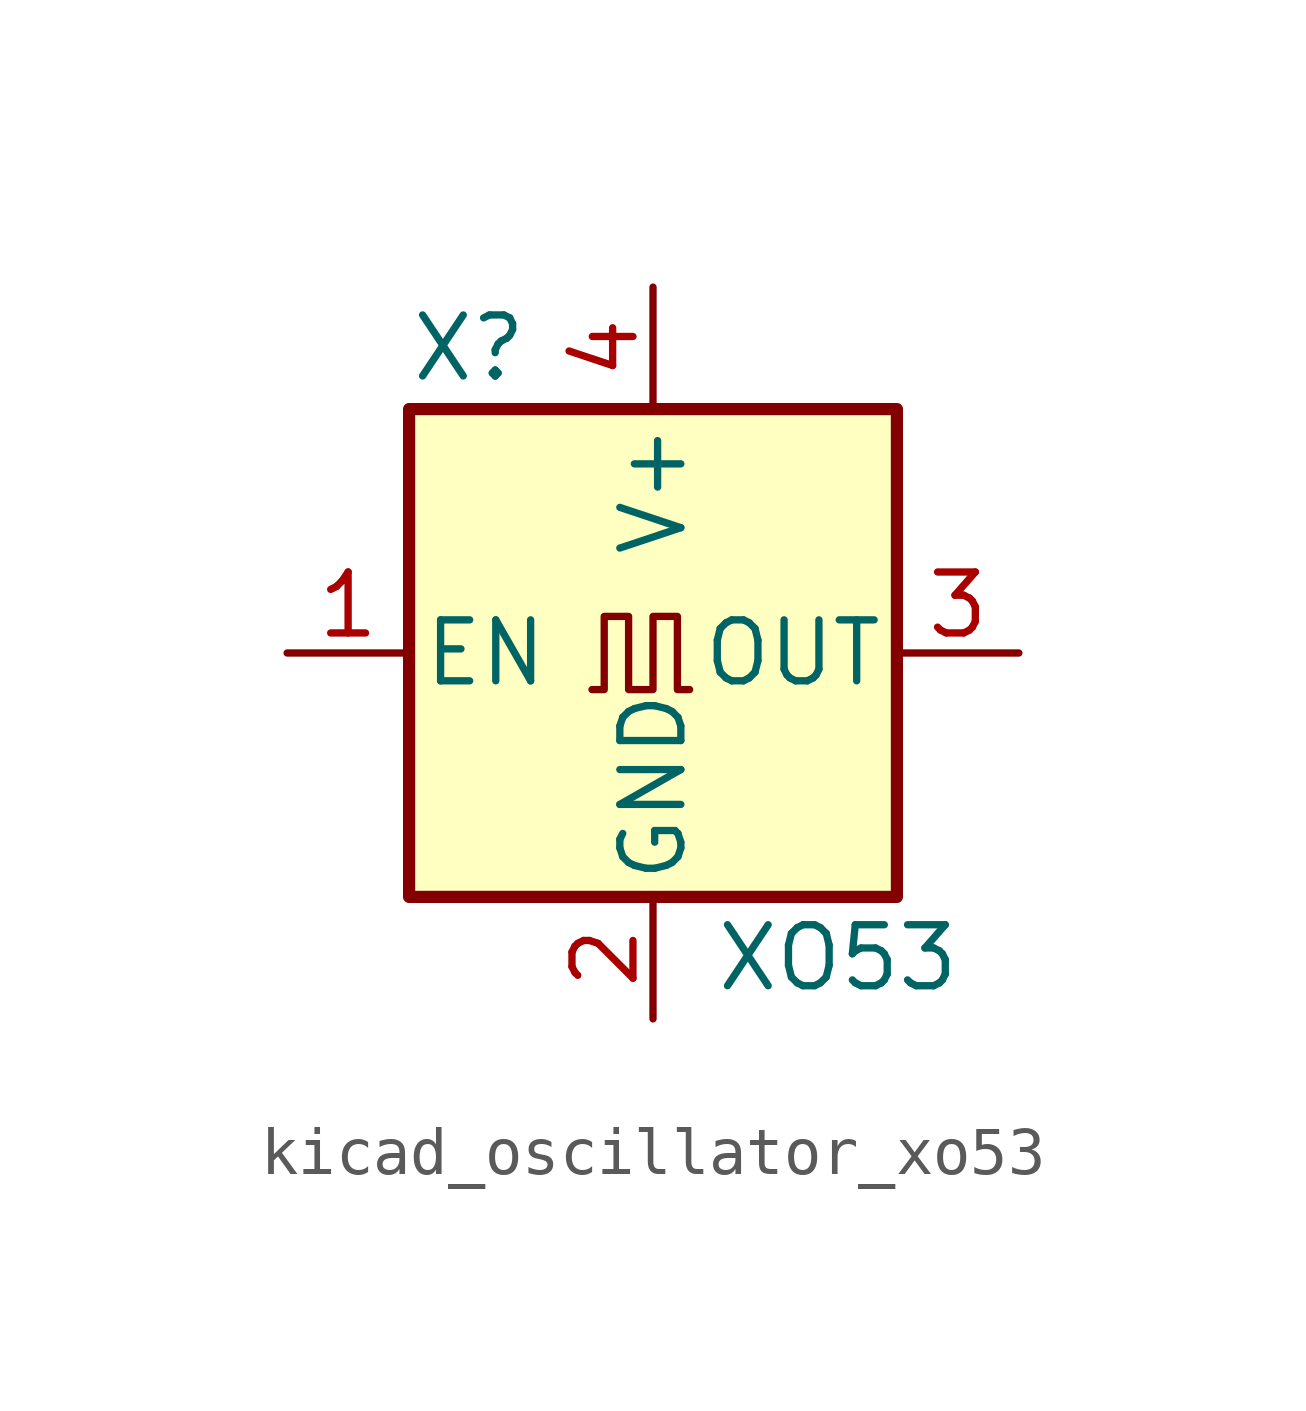
<source format=kicad_sym>
(kicad_symbol_lib
  (version 20220914)
  (generator kicad_symbol_editor)
  (symbol "kicad_oscillator_xo53"
    (pin_names
      (offset 0.254))
    (property "Reference" "X"
      (at -5.08 6.35 0)
      (effects (font (size 1.27 1.27)) (justify left)))
    (property "Value" "XO53"
      (at 1.27 -6.35 0)
      (effects (font (size 1.27 1.27)) (justify left)))
    (symbol "kicad_oscillator_xo53_0_1"
      (rectangle (start -5.08 5.08) (end 5.08 -5.08) (stroke (width 0.254) (type default)) (fill (type background)))
      (polyline (pts (xy 0.762 -0.762) (xy 0.508 -0.762) (xy 0.508 0.762) (xy 0 0.762) (xy 0 -0.762) (xy -0.508 -0.762) (xy -0.508 0.762) (xy -1.016 0.762) (xy -1.016 -0.762) (xy -1.27 -0.762)) (stroke (width 0) (type default)) (fill (type none))))
    (symbol "kicad_oscillator_xo53_1_1"
      (pin input line (at -7.62 0 0) (length 2.54) (name "EN" (effects (font (size 1.27 1.27)))) (number "1" (effects (font (size 1.27 1.27)))))
      (pin power_in line (at 0 -7.62 90) (length 2.54) (name "GND" (effects (font (size 1.27 1.27)))) (number "2" (effects (font (size 1.27 1.27)))))
      (pin output line (at 7.62 0 180) (length 2.54) (name "OUT" (effects (font (size 1.27 1.27)))) (number "3" (effects (font (size 1.27 1.27)))))
      (pin power_in line (at 0 7.62 270) (length 2.54) (name "V+" (effects (font (size 1.27 1.27)))) (number "4" (effects (font (size 1.27 1.27))))))))
</source>
